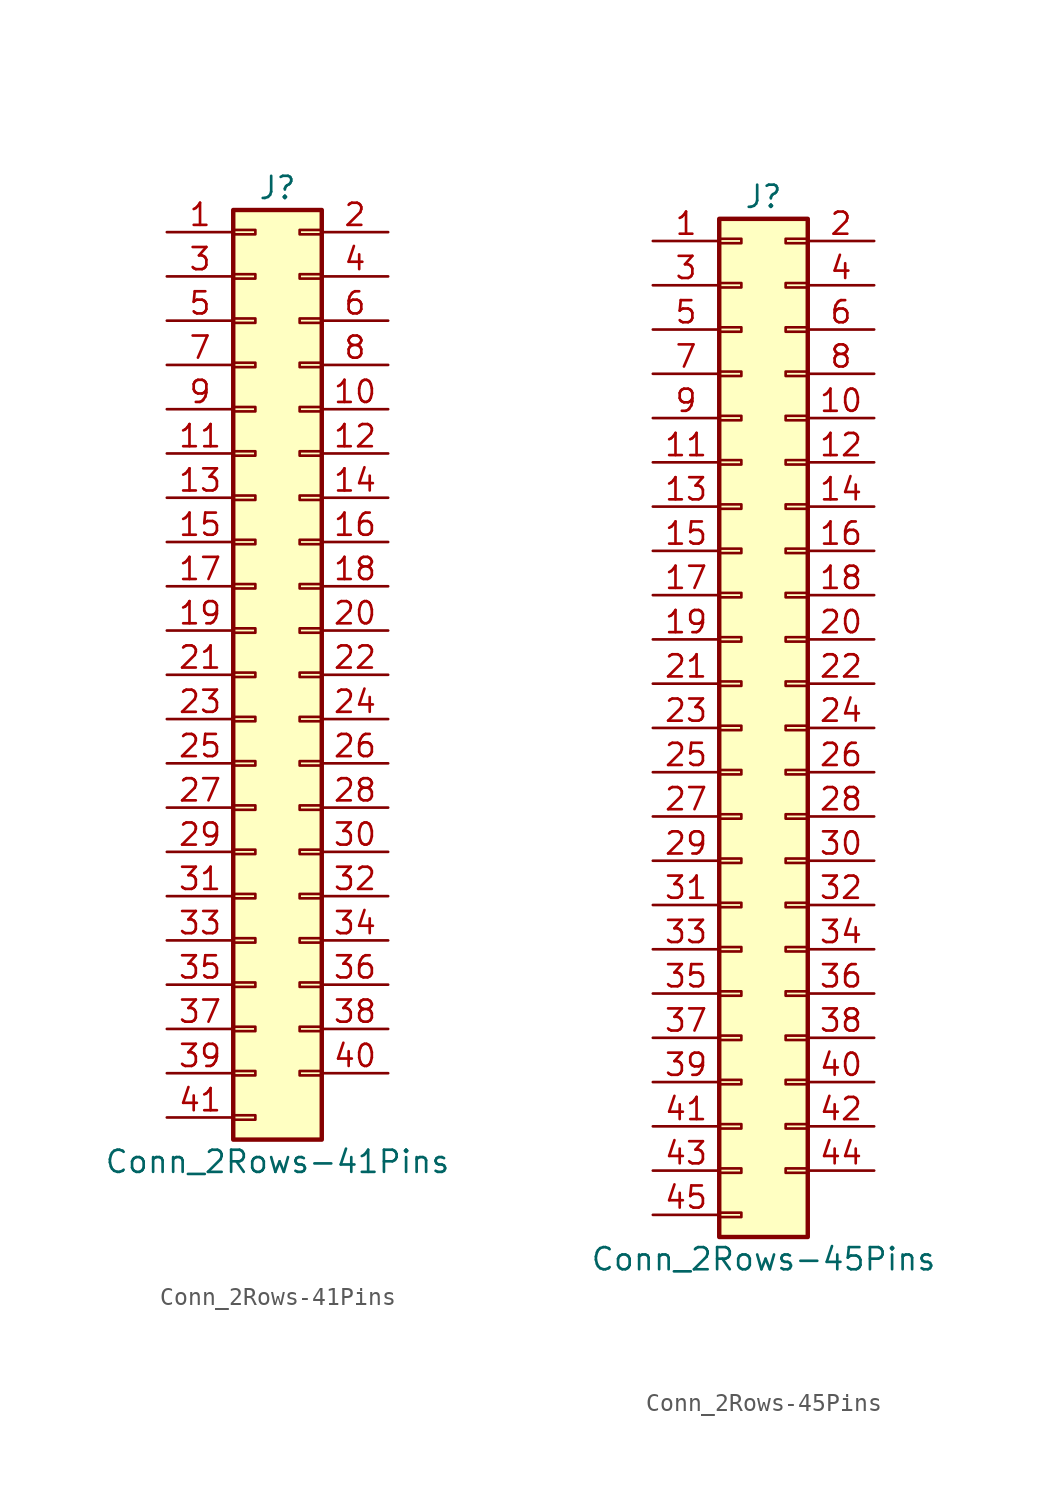
<source format=kicad_sym>
(kicad_symbol_lib
  (version 20200908)
  (generator kicad_symbol_editor)
  (symbol "Connector_Generic:Conn_2Rows-41Pins"
    (pin_names
      (offset 1.016) hide)
    (property "Reference" "J"
      (at 1.27 27.94 0)
      (effects (font (size 1.27 1.27))))
    (property "Value" "Conn_2Rows-41Pins"
      (at 1.27 -27.94 0)
      (effects (font (size 1.27 1.27))))
    (symbol "Conn_2Rows-41Pins_1_1"
      (rectangle (start -1.27 -4.953) (end 0 -5.207) (stroke (width 0.152)) (fill (type none)))
      (rectangle (start -1.27 -7.493) (end 0 -7.747) (stroke (width 0.152)) (fill (type none)))
      (rectangle (start -1.27 -10.033) (end 0 -10.287) (stroke (width 0.152)) (fill (type none)))
      (rectangle (start -1.27 -12.573) (end 0 -12.827) (stroke (width 0.152)) (fill (type none)))
      (rectangle (start -1.27 -15.113) (end 0 -15.367) (stroke (width 0.152)) (fill (type none)))
      (rectangle (start -1.27 -17.653) (end 0 -17.907) (stroke (width 0.152)) (fill (type none)))
      (rectangle (start -1.27 -20.193) (end 0 -20.447) (stroke (width 0.152)) (fill (type none)))
      (rectangle (start -1.27 -22.733) (end 0 -22.987) (stroke (width 0.152)) (fill (type none)))
      (rectangle (start -1.27 -2.413) (end 0 -2.667) (stroke (width 0.152)) (fill (type none)))
      (rectangle (start -1.27 -25.273) (end 0 -25.527) (stroke (width 0.152)) (fill (type none)))
      (rectangle (start -1.27 25.527) (end 0 25.273) (stroke (width 0.152)) (fill (type none)))
      (rectangle (start -1.27 2.667) (end 0 2.413) (stroke (width 0.152)) (fill (type none)))
      (rectangle (start -1.27 26.67) (end 3.81 -26.67) (stroke (width 0.254)) (fill (type background)))
      (rectangle (start -1.27 5.207) (end 0 4.953) (stroke (width 0.152)) (fill (type none)))
      (rectangle (start -1.27 7.747) (end 0 7.493) (stroke (width 0.152)) (fill (type none)))
      (rectangle (start -1.27 10.287) (end 0 10.033) (stroke (width 0.152)) (fill (type none)))
      (rectangle (start -1.27 0.127) (end 0 -0.127) (stroke (width 0.152)) (fill (type none)))
      (rectangle (start -1.27 12.827) (end 0 12.573) (stroke (width 0.152)) (fill (type none)))
      (rectangle (start -1.27 15.367) (end 0 15.113) (stroke (width 0.152)) (fill (type none)))
      (rectangle (start -1.27 17.907) (end 0 17.653) (stroke (width 0.152)) (fill (type none)))
      (rectangle (start -1.27 20.447) (end 0 20.193) (stroke (width 0.152)) (fill (type none)))
      (rectangle (start -1.27 22.987) (end 0 22.733) (stroke (width 0.152)) (fill (type none)))
      (rectangle (start 3.81 -4.953) (end 2.54 -5.207) (stroke (width 0.152)) (fill (type none)))
      (rectangle (start 3.81 -7.493) (end 2.54 -7.747) (stroke (width 0.152)) (fill (type none)))
      (rectangle (start 3.81 -10.033) (end 2.54 -10.287) (stroke (width 0.152)) (fill (type none)))
      (rectangle (start 3.81 -12.573) (end 2.54 -12.827) (stroke (width 0.152)) (fill (type none)))
      (rectangle (start 3.81 -15.113) (end 2.54 -15.367) (stroke (width 0.152)) (fill (type none)))
      (rectangle (start 3.81 -17.653) (end 2.54 -17.907) (stroke (width 0.152)) (fill (type none)))
      (rectangle (start 3.81 -20.193) (end 2.54 -20.447) (stroke (width 0.152)) (fill (type none)))
      (rectangle (start 3.81 -22.733) (end 2.54 -22.987) (stroke (width 0.152)) (fill (type none)))
      (rectangle (start 3.81 -2.413) (end 2.54 -2.667) (stroke (width 0.152)) (fill (type none)))
      (rectangle (start 3.81 25.527) (end 2.54 25.273) (stroke (width 0.152)) (fill (type none)))
      (rectangle (start 3.81 2.667) (end 2.54 2.413) (stroke (width 0.152)) (fill (type none)))
      (rectangle (start 3.81 5.207) (end 2.54 4.953) (stroke (width 0.152)) (fill (type none)))
      (rectangle (start 3.81 7.747) (end 2.54 7.493) (stroke (width 0.152)) (fill (type none)))
      (rectangle (start 3.81 10.287) (end 2.54 10.033) (stroke (width 0.152)) (fill (type none)))
      (rectangle (start 3.81 0.127) (end 2.54 -0.127) (stroke (width 0.152)) (fill (type none)))
      (rectangle (start 3.81 12.827) (end 2.54 12.573) (stroke (width 0.152)) (fill (type none)))
      (rectangle (start 3.81 15.367) (end 2.54 15.113) (stroke (width 0.152)) (fill (type none)))
      (rectangle (start 3.81 17.907) (end 2.54 17.653) (stroke (width 0.152)) (fill (type none)))
      (rectangle (start 3.81 20.447) (end 2.54 20.193) (stroke (width 0.152)) (fill (type none)))
      (rectangle (start 3.81 22.987) (end 2.54 22.733) (stroke (width 0.152)) (fill (type none)))
      (pin passive line (at -5.08 25.4 0) (length 3.81) (name "Pin_1" (effects (font (size 1.27 1.27)))) (number "1" (effects (font (size 1.27 1.27)))))
      (pin passive line (at 7.62 15.24 180) (length 3.81) (name "Pin_10" (effects (font (size 1.27 1.27)))) (number "10" (effects (font (size 1.27 1.27)))))
      (pin passive line (at -5.08 12.7 0) (length 3.81) (name "Pin_11" (effects (font (size 1.27 1.27)))) (number "11" (effects (font (size 1.27 1.27)))))
      (pin passive line (at 7.62 12.7 180) (length 3.81) (name "Pin_12" (effects (font (size 1.27 1.27)))) (number "12" (effects (font (size 1.27 1.27)))))
      (pin passive line (at -5.08 10.16 0) (length 3.81) (name "Pin_13" (effects (font (size 1.27 1.27)))) (number "13" (effects (font (size 1.27 1.27)))))
      (pin passive line (at 7.62 10.16 180) (length 3.81) (name "Pin_14" (effects (font (size 1.27 1.27)))) (number "14" (effects (font (size 1.27 1.27)))))
      (pin passive line (at -5.08 7.62 0) (length 3.81) (name "Pin_15" (effects (font (size 1.27 1.27)))) (number "15" (effects (font (size 1.27 1.27)))))
      (pin passive line (at 7.62 7.62 180) (length 3.81) (name "Pin_16" (effects (font (size 1.27 1.27)))) (number "16" (effects (font (size 1.27 1.27)))))
      (pin passive line (at -5.08 5.08 0) (length 3.81) (name "Pin_17" (effects (font (size 1.27 1.27)))) (number "17" (effects (font (size 1.27 1.27)))))
      (pin passive line (at 7.62 5.08 180) (length 3.81) (name "Pin_18" (effects (font (size 1.27 1.27)))) (number "18" (effects (font (size 1.27 1.27)))))
      (pin passive line (at -5.08 2.54 0) (length 3.81) (name "Pin_19" (effects (font (size 1.27 1.27)))) (number "19" (effects (font (size 1.27 1.27)))))
      (pin passive line (at 7.62 25.4 180) (length 3.81) (name "Pin_2" (effects (font (size 1.27 1.27)))) (number "2" (effects (font (size 1.27 1.27)))))
      (pin passive line (at 7.62 2.54 180) (length 3.81) (name "Pin_20" (effects (font (size 1.27 1.27)))) (number "20" (effects (font (size 1.27 1.27)))))
      (pin passive line (at -5.08 0 0) (length 3.81) (name "Pin_21" (effects (font (size 1.27 1.27)))) (number "21" (effects (font (size 1.27 1.27)))))
      (pin passive line (at 7.62 0 180) (length 3.81) (name "Pin_22" (effects (font (size 1.27 1.27)))) (number "22" (effects (font (size 1.27 1.27)))))
      (pin passive line (at -5.08 -2.54 0) (length 3.81) (name "Pin_23" (effects (font (size 1.27 1.27)))) (number "23" (effects (font (size 1.27 1.27)))))
      (pin passive line (at 7.62 -2.54 180) (length 3.81) (name "Pin_24" (effects (font (size 1.27 1.27)))) (number "24" (effects (font (size 1.27 1.27)))))
      (pin passive line (at -5.08 -5.08 0) (length 3.81) (name "Pin_25" (effects (font (size 1.27 1.27)))) (number "25" (effects (font (size 1.27 1.27)))))
      (pin passive line (at 7.62 -5.08 180) (length 3.81) (name "Pin_26" (effects (font (size 1.27 1.27)))) (number "26" (effects (font (size 1.27 1.27)))))
      (pin passive line (at -5.08 -7.62 0) (length 3.81) (name "Pin_27" (effects (font (size 1.27 1.27)))) (number "27" (effects (font (size 1.27 1.27)))))
      (pin passive line (at 7.62 -7.62 180) (length 3.81) (name "Pin_28" (effects (font (size 1.27 1.27)))) (number "28" (effects (font (size 1.27 1.27)))))
      (pin passive line (at -5.08 -10.16 0) (length 3.81) (name "Pin_29" (effects (font (size 1.27 1.27)))) (number "29" (effects (font (size 1.27 1.27)))))
      (pin passive line (at -5.08 22.86 0) (length 3.81) (name "Pin_3" (effects (font (size 1.27 1.27)))) (number "3" (effects (font (size 1.27 1.27)))))
      (pin passive line (at 7.62 -10.16 180) (length 3.81) (name "Pin_30" (effects (font (size 1.27 1.27)))) (number "30" (effects (font (size 1.27 1.27)))))
      (pin passive line (at -5.08 -12.7 0) (length 3.81) (name "Pin_31" (effects (font (size 1.27 1.27)))) (number "31" (effects (font (size 1.27 1.27)))))
      (pin passive line (at 7.62 -12.7 180) (length 3.81) (name "Pin_32" (effects (font (size 1.27 1.27)))) (number "32" (effects (font (size 1.27 1.27)))))
      (pin passive line (at -5.08 -15.24 0) (length 3.81) (name "Pin_33" (effects (font (size 1.27 1.27)))) (number "33" (effects (font (size 1.27 1.27)))))
      (pin passive line (at 7.62 -15.24 180) (length 3.81) (name "Pin_34" (effects (font (size 1.27 1.27)))) (number "34" (effects (font (size 1.27 1.27)))))
      (pin passive line (at -5.08 -17.78 0) (length 3.81) (name "Pin_35" (effects (font (size 1.27 1.27)))) (number "35" (effects (font (size 1.27 1.27)))))
      (pin passive line (at 7.62 -17.78 180) (length 3.81) (name "Pin_36" (effects (font (size 1.27 1.27)))) (number "36" (effects (font (size 1.27 1.27)))))
      (pin passive line (at -5.08 -20.32 0) (length 3.81) (name "Pin_37" (effects (font (size 1.27 1.27)))) (number "37" (effects (font (size 1.27 1.27)))))
      (pin passive line (at 7.62 -20.32 180) (length 3.81) (name "Pin_38" (effects (font (size 1.27 1.27)))) (number "38" (effects (font (size 1.27 1.27)))))
      (pin passive line (at -5.08 -22.86 0) (length 3.81) (name "Pin_39" (effects (font (size 1.27 1.27)))) (number "39" (effects (font (size 1.27 1.27)))))
      (pin passive line (at 7.62 22.86 180) (length 3.81) (name "Pin_4" (effects (font (size 1.27 1.27)))) (number "4" (effects (font (size 1.27 1.27)))))
      (pin passive line (at 7.62 -22.86 180) (length 3.81) (name "Pin_40" (effects (font (size 1.27 1.27)))) (number "40" (effects (font (size 1.27 1.27)))))
      (pin passive line (at -5.08 -25.4 0) (length 3.81) (name "Pin_41" (effects (font (size 1.27 1.27)))) (number "41" (effects (font (size 1.27 1.27)))))
      (pin passive line (at -5.08 20.32 0) (length 3.81) (name "Pin_5" (effects (font (size 1.27 1.27)))) (number "5" (effects (font (size 1.27 1.27)))))
      (pin passive line (at 7.62 20.32 180) (length 3.81) (name "Pin_6" (effects (font (size 1.27 1.27)))) (number "6" (effects (font (size 1.27 1.27)))))
      (pin passive line (at -5.08 17.78 0) (length 3.81) (name "Pin_7" (effects (font (size 1.27 1.27)))) (number "7" (effects (font (size 1.27 1.27)))))
      (pin passive line (at 7.62 17.78 180) (length 3.81) (name "Pin_8" (effects (font (size 1.27 1.27)))) (number "8" (effects (font (size 1.27 1.27)))))
      (pin passive line (at -5.08 15.24 0) (length 3.81) (name "Pin_9" (effects (font (size 1.27 1.27)))) (number "9" (effects (font (size 1.27 1.27)))))))
  (symbol "Connector_Generic:Conn_2Rows-45Pins"
    (pin_names
      (offset 1.016) hide)
    (property "Reference" "J"
      (at 1.27 30.48 0)
      (effects (font (size 1.27 1.27))))
    (property "Value" "Conn_2Rows-45Pins"
      (at 1.27 -30.48 0)
      (effects (font (size 1.27 1.27))))
    (symbol "Conn_2Rows-45Pins_1_1"
      (rectangle (start -1.27 -27.813) (end 0 -28.067) (stroke (width 0.152)) (fill (type none)))
      (rectangle (start -1.27 -4.953) (end 0 -5.207) (stroke (width 0.152)) (fill (type none)))
      (rectangle (start -1.27 -7.493) (end 0 -7.747) (stroke (width 0.152)) (fill (type none)))
      (rectangle (start -1.27 -10.033) (end 0 -10.287) (stroke (width 0.152)) (fill (type none)))
      (rectangle (start -1.27 -12.573) (end 0 -12.827) (stroke (width 0.152)) (fill (type none)))
      (rectangle (start -1.27 -15.113) (end 0 -15.367) (stroke (width 0.152)) (fill (type none)))
      (rectangle (start -1.27 -17.653) (end 0 -17.907) (stroke (width 0.152)) (fill (type none)))
      (rectangle (start -1.27 -20.193) (end 0 -20.447) (stroke (width 0.152)) (fill (type none)))
      (rectangle (start -1.27 -22.733) (end 0 -22.987) (stroke (width 0.152)) (fill (type none)))
      (rectangle (start -1.27 -2.413) (end 0 -2.667) (stroke (width 0.152)) (fill (type none)))
      (rectangle (start -1.27 -25.273) (end 0 -25.527) (stroke (width 0.152)) (fill (type none)))
      (rectangle (start -1.27 25.527) (end 0 25.273) (stroke (width 0.152)) (fill (type none)))
      (rectangle (start -1.27 2.667) (end 0 2.413) (stroke (width 0.152)) (fill (type none)))
      (rectangle (start -1.27 28.067) (end 0 27.813) (stroke (width 0.152)) (fill (type none)))
      (rectangle (start -1.27 29.21) (end 3.81 -29.21) (stroke (width 0.254)) (fill (type background)))
      (rectangle (start -1.27 5.207) (end 0 4.953) (stroke (width 0.152)) (fill (type none)))
      (rectangle (start -1.27 7.747) (end 0 7.493) (stroke (width 0.152)) (fill (type none)))
      (rectangle (start -1.27 10.287) (end 0 10.033) (stroke (width 0.152)) (fill (type none)))
      (rectangle (start -1.27 0.127) (end 0 -0.127) (stroke (width 0.152)) (fill (type none)))
      (rectangle (start -1.27 12.827) (end 0 12.573) (stroke (width 0.152)) (fill (type none)))
      (rectangle (start -1.27 15.367) (end 0 15.113) (stroke (width 0.152)) (fill (type none)))
      (rectangle (start -1.27 17.907) (end 0 17.653) (stroke (width 0.152)) (fill (type none)))
      (rectangle (start -1.27 20.447) (end 0 20.193) (stroke (width 0.152)) (fill (type none)))
      (rectangle (start -1.27 22.987) (end 0 22.733) (stroke (width 0.152)) (fill (type none)))
      (rectangle (start 3.81 -4.953) (end 2.54 -5.207) (stroke (width 0.152)) (fill (type none)))
      (rectangle (start 3.81 -7.493) (end 2.54 -7.747) (stroke (width 0.152)) (fill (type none)))
      (rectangle (start 3.81 -10.033) (end 2.54 -10.287) (stroke (width 0.152)) (fill (type none)))
      (rectangle (start 3.81 -12.573) (end 2.54 -12.827) (stroke (width 0.152)) (fill (type none)))
      (rectangle (start 3.81 -15.113) (end 2.54 -15.367) (stroke (width 0.152)) (fill (type none)))
      (rectangle (start 3.81 -17.653) (end 2.54 -17.907) (stroke (width 0.152)) (fill (type none)))
      (rectangle (start 3.81 -20.193) (end 2.54 -20.447) (stroke (width 0.152)) (fill (type none)))
      (rectangle (start 3.81 -22.733) (end 2.54 -22.987) (stroke (width 0.152)) (fill (type none)))
      (rectangle (start 3.81 -2.413) (end 2.54 -2.667) (stroke (width 0.152)) (fill (type none)))
      (rectangle (start 3.81 -25.273) (end 2.54 -25.527) (stroke (width 0.152)) (fill (type none)))
      (rectangle (start 3.81 25.527) (end 2.54 25.273) (stroke (width 0.152)) (fill (type none)))
      (rectangle (start 3.81 2.667) (end 2.54 2.413) (stroke (width 0.152)) (fill (type none)))
      (rectangle (start 3.81 28.067) (end 2.54 27.813) (stroke (width 0.152)) (fill (type none)))
      (rectangle (start 3.81 5.207) (end 2.54 4.953) (stroke (width 0.152)) (fill (type none)))
      (rectangle (start 3.81 7.747) (end 2.54 7.493) (stroke (width 0.152)) (fill (type none)))
      (rectangle (start 3.81 10.287) (end 2.54 10.033) (stroke (width 0.152)) (fill (type none)))
      (rectangle (start 3.81 0.127) (end 2.54 -0.127) (stroke (width 0.152)) (fill (type none)))
      (rectangle (start 3.81 12.827) (end 2.54 12.573) (stroke (width 0.152)) (fill (type none)))
      (rectangle (start 3.81 15.367) (end 2.54 15.113) (stroke (width 0.152)) (fill (type none)))
      (rectangle (start 3.81 17.907) (end 2.54 17.653) (stroke (width 0.152)) (fill (type none)))
      (rectangle (start 3.81 20.447) (end 2.54 20.193) (stroke (width 0.152)) (fill (type none)))
      (rectangle (start 3.81 22.987) (end 2.54 22.733) (stroke (width 0.152)) (fill (type none)))
      (pin passive line (at -5.08 27.94 0) (length 3.81) (name "Pin_1" (effects (font (size 1.27 1.27)))) (number "1" (effects (font (size 1.27 1.27)))))
      (pin passive line (at 7.62 17.78 180) (length 3.81) (name "Pin_10" (effects (font (size 1.27 1.27)))) (number "10" (effects (font (size 1.27 1.27)))))
      (pin passive line (at -5.08 15.24 0) (length 3.81) (name "Pin_11" (effects (font (size 1.27 1.27)))) (number "11" (effects (font (size 1.27 1.27)))))
      (pin passive line (at 7.62 15.24 180) (length 3.81) (name "Pin_12" (effects (font (size 1.27 1.27)))) (number "12" (effects (font (size 1.27 1.27)))))
      (pin passive line (at -5.08 12.7 0) (length 3.81) (name "Pin_13" (effects (font (size 1.27 1.27)))) (number "13" (effects (font (size 1.27 1.27)))))
      (pin passive line (at 7.62 12.7 180) (length 3.81) (name "Pin_14" (effects (font (size 1.27 1.27)))) (number "14" (effects (font (size 1.27 1.27)))))
      (pin passive line (at -5.08 10.16 0) (length 3.81) (name "Pin_15" (effects (font (size 1.27 1.27)))) (number "15" (effects (font (size 1.27 1.27)))))
      (pin passive line (at 7.62 10.16 180) (length 3.81) (name "Pin_16" (effects (font (size 1.27 1.27)))) (number "16" (effects (font (size 1.27 1.27)))))
      (pin passive line (at -5.08 7.62 0) (length 3.81) (name "Pin_17" (effects (font (size 1.27 1.27)))) (number "17" (effects (font (size 1.27 1.27)))))
      (pin passive line (at 7.62 7.62 180) (length 3.81) (name "Pin_18" (effects (font (size 1.27 1.27)))) (number "18" (effects (font (size 1.27 1.27)))))
      (pin passive line (at -5.08 5.08 0) (length 3.81) (name "Pin_19" (effects (font (size 1.27 1.27)))) (number "19" (effects (font (size 1.27 1.27)))))
      (pin passive line (at 7.62 27.94 180) (length 3.81) (name "Pin_2" (effects (font (size 1.27 1.27)))) (number "2" (effects (font (size 1.27 1.27)))))
      (pin passive line (at 7.62 5.08 180) (length 3.81) (name "Pin_20" (effects (font (size 1.27 1.27)))) (number "20" (effects (font (size 1.27 1.27)))))
      (pin passive line (at -5.08 2.54 0) (length 3.81) (name "Pin_21" (effects (font (size 1.27 1.27)))) (number "21" (effects (font (size 1.27 1.27)))))
      (pin passive line (at 7.62 2.54 180) (length 3.81) (name "Pin_22" (effects (font (size 1.27 1.27)))) (number "22" (effects (font (size 1.27 1.27)))))
      (pin passive line (at -5.08 0 0) (length 3.81) (name "Pin_23" (effects (font (size 1.27 1.27)))) (number "23" (effects (font (size 1.27 1.27)))))
      (pin passive line (at 7.62 0 180) (length 3.81) (name "Pin_24" (effects (font (size 1.27 1.27)))) (number "24" (effects (font (size 1.27 1.27)))))
      (pin passive line (at -5.08 -2.54 0) (length 3.81) (name "Pin_25" (effects (font (size 1.27 1.27)))) (number "25" (effects (font (size 1.27 1.27)))))
      (pin passive line (at 7.62 -2.54 180) (length 3.81) (name "Pin_26" (effects (font (size 1.27 1.27)))) (number "26" (effects (font (size 1.27 1.27)))))
      (pin passive line (at -5.08 -5.08 0) (length 3.81) (name "Pin_27" (effects (font (size 1.27 1.27)))) (number "27" (effects (font (size 1.27 1.27)))))
      (pin passive line (at 7.62 -5.08 180) (length 3.81) (name "Pin_28" (effects (font (size 1.27 1.27)))) (number "28" (effects (font (size 1.27 1.27)))))
      (pin passive line (at -5.08 -7.62 0) (length 3.81) (name "Pin_29" (effects (font (size 1.27 1.27)))) (number "29" (effects (font (size 1.27 1.27)))))
      (pin passive line (at -5.08 25.4 0) (length 3.81) (name "Pin_3" (effects (font (size 1.27 1.27)))) (number "3" (effects (font (size 1.27 1.27)))))
      (pin passive line (at 7.62 -7.62 180) (length 3.81) (name "Pin_30" (effects (font (size 1.27 1.27)))) (number "30" (effects (font (size 1.27 1.27)))))
      (pin passive line (at -5.08 -10.16 0) (length 3.81) (name "Pin_31" (effects (font (size 1.27 1.27)))) (number "31" (effects (font (size 1.27 1.27)))))
      (pin passive line (at 7.62 -10.16 180) (length 3.81) (name "Pin_32" (effects (font (size 1.27 1.27)))) (number "32" (effects (font (size 1.27 1.27)))))
      (pin passive line (at -5.08 -12.7 0) (length 3.81) (name "Pin_33" (effects (font (size 1.27 1.27)))) (number "33" (effects (font (size 1.27 1.27)))))
      (pin passive line (at 7.62 -12.7 180) (length 3.81) (name "Pin_34" (effects (font (size 1.27 1.27)))) (number "34" (effects (font (size 1.27 1.27)))))
      (pin passive line (at -5.08 -15.24 0) (length 3.81) (name "Pin_35" (effects (font (size 1.27 1.27)))) (number "35" (effects (font (size 1.27 1.27)))))
      (pin passive line (at 7.62 -15.24 180) (length 3.81) (name "Pin_36" (effects (font (size 1.27 1.27)))) (number "36" (effects (font (size 1.27 1.27)))))
      (pin passive line (at -5.08 -17.78 0) (length 3.81) (name "Pin_37" (effects (font (size 1.27 1.27)))) (number "37" (effects (font (size 1.27 1.27)))))
      (pin passive line (at 7.62 -17.78 180) (length 3.81) (name "Pin_38" (effects (font (size 1.27 1.27)))) (number "38" (effects (font (size 1.27 1.27)))))
      (pin passive line (at -5.08 -20.32 0) (length 3.81) (name "Pin_39" (effects (font (size 1.27 1.27)))) (number "39" (effects (font (size 1.27 1.27)))))
      (pin passive line (at 7.62 25.4 180) (length 3.81) (name "Pin_4" (effects (font (size 1.27 1.27)))) (number "4" (effects (font (size 1.27 1.27)))))
      (pin passive line (at 7.62 -20.32 180) (length 3.81) (name "Pin_40" (effects (font (size 1.27 1.27)))) (number "40" (effects (font (size 1.27 1.27)))))
      (pin passive line (at -5.08 -22.86 0) (length 3.81) (name "Pin_41" (effects (font (size 1.27 1.27)))) (number "41" (effects (font (size 1.27 1.27)))))
      (pin passive line (at 7.62 -22.86 180) (length 3.81) (name "Pin_42" (effects (font (size 1.27 1.27)))) (number "42" (effects (font (size 1.27 1.27)))))
      (pin passive line (at -5.08 -25.4 0) (length 3.81) (name "Pin_43" (effects (font (size 1.27 1.27)))) (number "43" (effects (font (size 1.27 1.27)))))
      (pin passive line (at 7.62 -25.4 180) (length 3.81) (name "Pin_44" (effects (font (size 1.27 1.27)))) (number "44" (effects (font (size 1.27 1.27)))))
      (pin passive line (at -5.08 -27.94 0) (length 3.81) (name "Pin_45" (effects (font (size 1.27 1.27)))) (number "45" (effects (font (size 1.27 1.27)))))
      (pin passive line (at -5.08 22.86 0) (length 3.81) (name "Pin_5" (effects (font (size 1.27 1.27)))) (number "5" (effects (font (size 1.27 1.27)))))
      (pin passive line (at 7.62 22.86 180) (length 3.81) (name "Pin_6" (effects (font (size 1.27 1.27)))) (number "6" (effects (font (size 1.27 1.27)))))
      (pin passive line (at -5.08 20.32 0) (length 3.81) (name "Pin_7" (effects (font (size 1.27 1.27)))) (number "7" (effects (font (size 1.27 1.27)))))
      (pin passive line (at 7.62 20.32 180) (length 3.81) (name "Pin_8" (effects (font (size 1.27 1.27)))) (number "8" (effects (font (size 1.27 1.27)))))
      (pin passive line (at -5.08 17.78 0) (length 3.81) (name "Pin_9" (effects (font (size 1.27 1.27)))) (number "9" (effects (font (size 1.27 1.27))))))))
</source>
